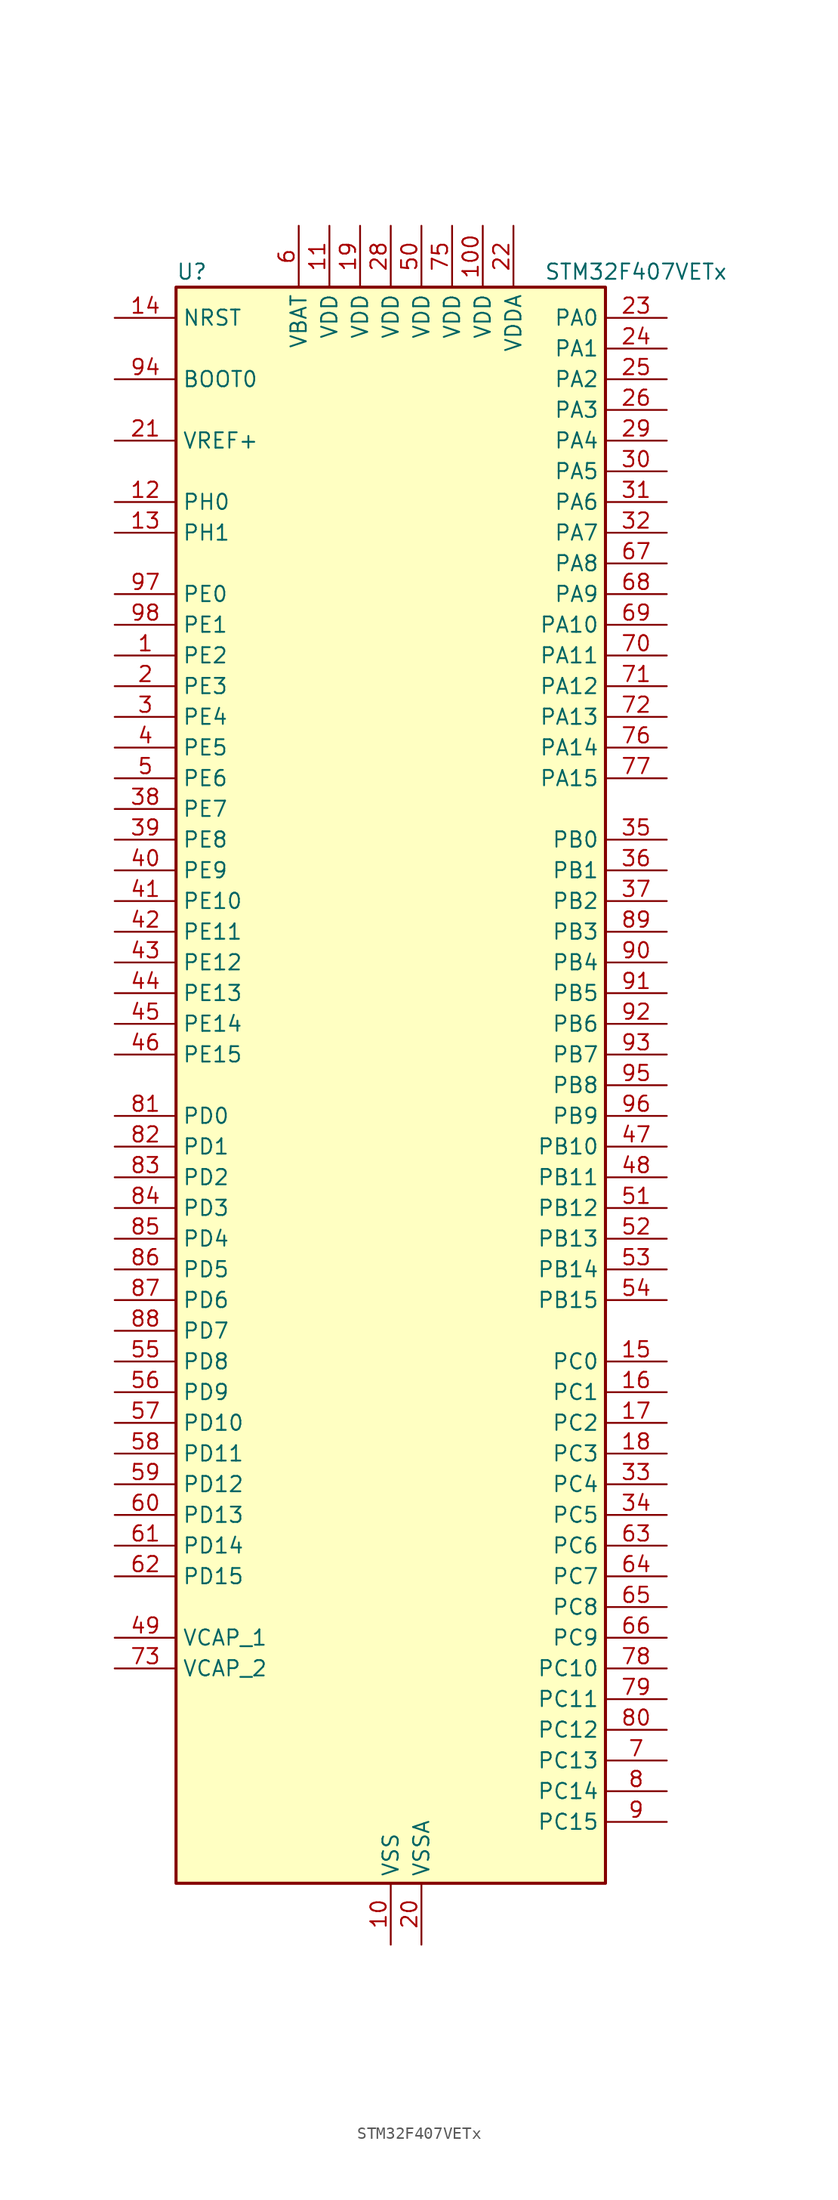
<source format=kicad_sym>
(kicad_symbol_lib
  (version 20231120)
  (generator "kicad_symbol_editor")
  (generator_version "8.0")
  (symbol "STM32F407VETx"
    (property "Reference" "U"
      (at -17.78 67.31 0)
      (effects (font (size 1.27 1.27)) (justify left)))
    (property "Value" "STM32F407VETx"
      (at 12.7 67.31 0)
      (effects (font (size 1.27 1.27)) (justify left)))
    (property "ki_locked" ""
      (at 0 0 0)
      (effects (font (size 1.27 1.27))))
    (symbol "STM32F407VETx_0_1"
      (rectangle (start -17.78 -66.04) (end 17.78 66.04) (stroke (width 0.254) (type default)) (fill (type background))))
    (symbol "STM32F407VETx_1_1"
      (pin bidirectional line (at -22.86 35.56 0) (length 5.08) (name "PE2" (effects (font (size 1.27 1.27)))) (number "1" (effects (font (size 1.27 1.27)))) (alternate "ETH_TXD3" bidirectional line) (alternate "FSMC_A23" bidirectional line) (alternate "SYS_TRACECLK" bidirectional line))
      (pin power_in line (at 0 -71.12 90) (length 5.08) (name "VSS" (effects (font (size 1.27 1.27)))) (number "10" (effects (font (size 1.27 1.27)))))
      (pin power_in line (at 7.62 71.12 270) (length 5.08) (name "VDD" (effects (font (size 1.27 1.27)))) (number "100" (effects (font (size 1.27 1.27)))))
      (pin power_in line (at -5.08 71.12 270) (length 5.08) (name "VDD" (effects (font (size 1.27 1.27)))) (number "11" (effects (font (size 1.27 1.27)))))
      (pin bidirectional line (at -22.86 48.26 0) (length 5.08) (name "PH0" (effects (font (size 1.27 1.27)))) (number "12" (effects (font (size 1.27 1.27)))) (alternate "RCC_OSC_IN" bidirectional line))
      (pin bidirectional line (at -22.86 45.72 0) (length 5.08) (name "PH1" (effects (font (size 1.27 1.27)))) (number "13" (effects (font (size 1.27 1.27)))) (alternate "RCC_OSC_OUT" bidirectional line))
      (pin input line (at -22.86 63.5 0) (length 5.08) (name "NRST" (effects (font (size 1.27 1.27)))) (number "14" (effects (font (size 1.27 1.27)))))
      (pin bidirectional line (at 22.86 -22.86 180) (length 5.08) (name "PC0" (effects (font (size 1.27 1.27)))) (number "15" (effects (font (size 1.27 1.27)))) (alternate "ADC1_IN10" bidirectional line) (alternate "ADC2_IN10" bidirectional line) (alternate "ADC3_IN10" bidirectional line) (alternate "USB_OTG_HS_ULPI_STP" bidirectional line))
      (pin bidirectional line (at 22.86 -25.4 180) (length 5.08) (name "PC1" (effects (font (size 1.27 1.27)))) (number "16" (effects (font (size 1.27 1.27)))) (alternate "ADC1_IN11" bidirectional line) (alternate "ADC2_IN11" bidirectional line) (alternate "ADC3_IN11" bidirectional line) (alternate "ETH_MDC" bidirectional line))
      (pin bidirectional line (at 22.86 -27.94 180) (length 5.08) (name "PC2" (effects (font (size 1.27 1.27)))) (number "17" (effects (font (size 1.27 1.27)))) (alternate "ADC1_IN12" bidirectional line) (alternate "ADC2_IN12" bidirectional line) (alternate "ADC3_IN12" bidirectional line) (alternate "ETH_TXD2" bidirectional line) (alternate "I2S2_ext_SD" bidirectional line) (alternate "SPI2_MISO" bidirectional line) (alternate "USB_OTG_HS_ULPI_DIR" bidirectional line))
      (pin bidirectional line (at 22.86 -30.48 180) (length 5.08) (name "PC3" (effects (font (size 1.27 1.27)))) (number "18" (effects (font (size 1.27 1.27)))) (alternate "ADC1_IN13" bidirectional line) (alternate "ADC2_IN13" bidirectional line) (alternate "ADC3_IN13" bidirectional line) (alternate "ETH_TX_CLK" bidirectional line) (alternate "I2S2_SD" bidirectional line) (alternate "SPI2_MOSI" bidirectional line) (alternate "USB_OTG_HS_ULPI_NXT" bidirectional line))
      (pin power_in line (at -2.54 71.12 270) (length 5.08) (name "VDD" (effects (font (size 1.27 1.27)))) (number "19" (effects (font (size 1.27 1.27)))))
      (pin bidirectional line (at -22.86 33.02 0) (length 5.08) (name "PE3" (effects (font (size 1.27 1.27)))) (number "2" (effects (font (size 1.27 1.27)))) (alternate "FSMC_A19" bidirectional line) (alternate "SYS_TRACED0" bidirectional line))
      (pin power_in line (at 2.54 -71.12 90) (length 5.08) (name "VSSA" (effects (font (size 1.27 1.27)))) (number "20" (effects (font (size 1.27 1.27)))))
      (pin input line (at -22.86 53.34 0) (length 5.08) (name "VREF+" (effects (font (size 1.27 1.27)))) (number "21" (effects (font (size 1.27 1.27)))))
      (pin power_in line (at 10.16 71.12 270) (length 5.08) (name "VDDA" (effects (font (size 1.27 1.27)))) (number "22" (effects (font (size 1.27 1.27)))))
      (pin bidirectional line (at 22.86 63.5 180) (length 5.08) (name "PA0" (effects (font (size 1.27 1.27)))) (number "23" (effects (font (size 1.27 1.27)))) (alternate "ADC1_IN0" bidirectional line) (alternate "ADC2_IN0" bidirectional line) (alternate "ADC3_IN0" bidirectional line) (alternate "ETH_CRS" bidirectional line) (alternate "SYS_WKUP" bidirectional line) (alternate "TIM2_CH1" bidirectional line) (alternate "TIM2_ETR" bidirectional line) (alternate "TIM5_CH1" bidirectional line) (alternate "TIM8_ETR" bidirectional line) (alternate "UART4_TX" bidirectional line) (alternate "USART2_CTS" bidirectional line))
      (pin bidirectional line (at 22.86 60.96 180) (length 5.08) (name "PA1" (effects (font (size 1.27 1.27)))) (number "24" (effects (font (size 1.27 1.27)))) (alternate "ADC1_IN1" bidirectional line) (alternate "ADC2_IN1" bidirectional line) (alternate "ADC3_IN1" bidirectional line) (alternate "ETH_REF_CLK" bidirectional line) (alternate "ETH_RX_CLK" bidirectional line) (alternate "TIM2_CH2" bidirectional line) (alternate "TIM5_CH2" bidirectional line) (alternate "UART4_RX" bidirectional line) (alternate "USART2_RTS" bidirectional line))
      (pin bidirectional line (at 22.86 58.42 180) (length 5.08) (name "PA2" (effects (font (size 1.27 1.27)))) (number "25" (effects (font (size 1.27 1.27)))) (alternate "ADC1_IN2" bidirectional line) (alternate "ADC2_IN2" bidirectional line) (alternate "ADC3_IN2" bidirectional line) (alternate "ETH_MDIO" bidirectional line) (alternate "TIM2_CH3" bidirectional line) (alternate "TIM5_CH3" bidirectional line) (alternate "TIM9_CH1" bidirectional line) (alternate "USART2_TX" bidirectional line))
      (pin bidirectional line (at 22.86 55.88 180) (length 5.08) (name "PA3" (effects (font (size 1.27 1.27)))) (number "26" (effects (font (size 1.27 1.27)))) (alternate "ADC1_IN3" bidirectional line) (alternate "ADC2_IN3" bidirectional line) (alternate "ADC3_IN3" bidirectional line) (alternate "ETH_COL" bidirectional line) (alternate "TIM2_CH4" bidirectional line) (alternate "TIM5_CH4" bidirectional line) (alternate "TIM9_CH2" bidirectional line) (alternate "USART2_RX" bidirectional line) (alternate "USB_OTG_HS_ULPI_D0" bidirectional line))
      (pin passive line (at 0 -71.12 90) (length 5.08) hide (name "VSS" (effects (font (size 1.27 1.27)))) (number "27" (effects (font (size 1.27 1.27)))))
      (pin power_in line (at 0 71.12 270) (length 5.08) (name "VDD" (effects (font (size 1.27 1.27)))) (number "28" (effects (font (size 1.27 1.27)))))
      (pin bidirectional line (at 22.86 53.34 180) (length 5.08) (name "PA4" (effects (font (size 1.27 1.27)))) (number "29" (effects (font (size 1.27 1.27)))) (alternate "ADC1_IN4" bidirectional line) (alternate "ADC2_IN4" bidirectional line) (alternate "DAC_OUT1" bidirectional line) (alternate "DCMI_HSYNC" bidirectional line) (alternate "I2S3_WS" bidirectional line) (alternate "SPI1_NSS" bidirectional line) (alternate "SPI3_NSS" bidirectional line) (alternate "USART2_CK" bidirectional line) (alternate "USB_OTG_HS_SOF" bidirectional line))
      (pin bidirectional line (at -22.86 30.48 0) (length 5.08) (name "PE4" (effects (font (size 1.27 1.27)))) (number "3" (effects (font (size 1.27 1.27)))) (alternate "DCMI_D4" bidirectional line) (alternate "FSMC_A20" bidirectional line) (alternate "SYS_TRACED1" bidirectional line))
      (pin bidirectional line (at 22.86 50.8 180) (length 5.08) (name "PA5" (effects (font (size 1.27 1.27)))) (number "30" (effects (font (size 1.27 1.27)))) (alternate "ADC1_IN5" bidirectional line) (alternate "ADC2_IN5" bidirectional line) (alternate "DAC_OUT2" bidirectional line) (alternate "SPI1_SCK" bidirectional line) (alternate "TIM2_CH1" bidirectional line) (alternate "TIM2_ETR" bidirectional line) (alternate "TIM8_CH1N" bidirectional line) (alternate "USB_OTG_HS_ULPI_CK" bidirectional line))
      (pin bidirectional line (at 22.86 48.26 180) (length 5.08) (name "PA6" (effects (font (size 1.27 1.27)))) (number "31" (effects (font (size 1.27 1.27)))) (alternate "ADC1_IN6" bidirectional line) (alternate "ADC2_IN6" bidirectional line) (alternate "DCMI_PIXCLK" bidirectional line) (alternate "SPI1_MISO" bidirectional line) (alternate "TIM13_CH1" bidirectional line) (alternate "TIM1_BKIN" bidirectional line) (alternate "TIM3_CH1" bidirectional line) (alternate "TIM8_BKIN" bidirectional line))
      (pin bidirectional line (at 22.86 45.72 180) (length 5.08) (name "PA7" (effects (font (size 1.27 1.27)))) (number "32" (effects (font (size 1.27 1.27)))) (alternate "ADC1_IN7" bidirectional line) (alternate "ADC2_IN7" bidirectional line) (alternate "ETH_CRS_DV" bidirectional line) (alternate "ETH_RX_DV" bidirectional line) (alternate "SPI1_MOSI" bidirectional line) (alternate "TIM14_CH1" bidirectional line) (alternate "TIM1_CH1N" bidirectional line) (alternate "TIM3_CH2" bidirectional line) (alternate "TIM8_CH1N" bidirectional line))
      (pin bidirectional line (at 22.86 -33.02 180) (length 5.08) (name "PC4" (effects (font (size 1.27 1.27)))) (number "33" (effects (font (size 1.27 1.27)))) (alternate "ADC1_IN14" bidirectional line) (alternate "ADC2_IN14" bidirectional line) (alternate "ETH_RXD0" bidirectional line))
      (pin bidirectional line (at 22.86 -35.56 180) (length 5.08) (name "PC5" (effects (font (size 1.27 1.27)))) (number "34" (effects (font (size 1.27 1.27)))) (alternate "ADC1_IN15" bidirectional line) (alternate "ADC2_IN15" bidirectional line) (alternate "ETH_RXD1" bidirectional line))
      (pin bidirectional line (at 22.86 20.32 180) (length 5.08) (name "PB0" (effects (font (size 1.27 1.27)))) (number "35" (effects (font (size 1.27 1.27)))) (alternate "ADC1_IN8" bidirectional line) (alternate "ADC2_IN8" bidirectional line) (alternate "ETH_RXD2" bidirectional line) (alternate "TIM1_CH2N" bidirectional line) (alternate "TIM3_CH3" bidirectional line) (alternate "TIM8_CH2N" bidirectional line) (alternate "USB_OTG_HS_ULPI_D1" bidirectional line))
      (pin bidirectional line (at 22.86 17.78 180) (length 5.08) (name "PB1" (effects (font (size 1.27 1.27)))) (number "36" (effects (font (size 1.27 1.27)))) (alternate "ADC1_IN9" bidirectional line) (alternate "ADC2_IN9" bidirectional line) (alternate "ETH_RXD3" bidirectional line) (alternate "TIM1_CH3N" bidirectional line) (alternate "TIM3_CH4" bidirectional line) (alternate "TIM8_CH3N" bidirectional line) (alternate "USB_OTG_HS_ULPI_D2" bidirectional line))
      (pin bidirectional line (at 22.86 15.24 180) (length 5.08) (name "PB2" (effects (font (size 1.27 1.27)))) (number "37" (effects (font (size 1.27 1.27)))))
      (pin bidirectional line (at -22.86 22.86 0) (length 5.08) (name "PE7" (effects (font (size 1.27 1.27)))) (number "38" (effects (font (size 1.27 1.27)))) (alternate "FSMC_D4" bidirectional line) (alternate "FSMC_DA4" bidirectional line) (alternate "TIM1_ETR" bidirectional line))
      (pin bidirectional line (at -22.86 20.32 0) (length 5.08) (name "PE8" (effects (font (size 1.27 1.27)))) (number "39" (effects (font (size 1.27 1.27)))) (alternate "FSMC_D5" bidirectional line) (alternate "FSMC_DA5" bidirectional line) (alternate "TIM1_CH1N" bidirectional line))
      (pin bidirectional line (at -22.86 27.94 0) (length 5.08) (name "PE5" (effects (font (size 1.27 1.27)))) (number "4" (effects (font (size 1.27 1.27)))) (alternate "DCMI_D6" bidirectional line) (alternate "FSMC_A21" bidirectional line) (alternate "SYS_TRACED2" bidirectional line) (alternate "TIM9_CH1" bidirectional line))
      (pin bidirectional line (at -22.86 17.78 0) (length 5.08) (name "PE9" (effects (font (size 1.27 1.27)))) (number "40" (effects (font (size 1.27 1.27)))) (alternate "DAC_EXTI9" bidirectional line) (alternate "FSMC_D6" bidirectional line) (alternate "FSMC_DA6" bidirectional line) (alternate "TIM1_CH1" bidirectional line))
      (pin bidirectional line (at -22.86 15.24 0) (length 5.08) (name "PE10" (effects (font (size 1.27 1.27)))) (number "41" (effects (font (size 1.27 1.27)))) (alternate "FSMC_D7" bidirectional line) (alternate "FSMC_DA7" bidirectional line) (alternate "TIM1_CH2N" bidirectional line))
      (pin bidirectional line (at -22.86 12.7 0) (length 5.08) (name "PE11" (effects (font (size 1.27 1.27)))) (number "42" (effects (font (size 1.27 1.27)))) (alternate "ADC1_EXTI11" bidirectional line) (alternate "ADC2_EXTI11" bidirectional line) (alternate "ADC3_EXTI11" bidirectional line) (alternate "FSMC_D8" bidirectional line) (alternate "FSMC_DA8" bidirectional line) (alternate "TIM1_CH2" bidirectional line))
      (pin bidirectional line (at -22.86 10.16 0) (length 5.08) (name "PE12" (effects (font (size 1.27 1.27)))) (number "43" (effects (font (size 1.27 1.27)))) (alternate "FSMC_D9" bidirectional line) (alternate "FSMC_DA9" bidirectional line) (alternate "TIM1_CH3N" bidirectional line))
      (pin bidirectional line (at -22.86 7.62 0) (length 5.08) (name "PE13" (effects (font (size 1.27 1.27)))) (number "44" (effects (font (size 1.27 1.27)))) (alternate "FSMC_D10" bidirectional line) (alternate "FSMC_DA10" bidirectional line) (alternate "TIM1_CH3" bidirectional line))
      (pin bidirectional line (at -22.86 5.08 0) (length 5.08) (name "PE14" (effects (font (size 1.27 1.27)))) (number "45" (effects (font (size 1.27 1.27)))) (alternate "FSMC_D11" bidirectional line) (alternate "FSMC_DA11" bidirectional line) (alternate "TIM1_CH4" bidirectional line))
      (pin bidirectional line (at -22.86 2.54 0) (length 5.08) (name "PE15" (effects (font (size 1.27 1.27)))) (number "46" (effects (font (size 1.27 1.27)))) (alternate "ADC1_EXTI15" bidirectional line) (alternate "ADC2_EXTI15" bidirectional line) (alternate "ADC3_EXTI15" bidirectional line) (alternate "FSMC_D12" bidirectional line) (alternate "FSMC_DA12" bidirectional line) (alternate "TIM1_BKIN" bidirectional line))
      (pin bidirectional line (at 22.86 -5.08 180) (length 5.08) (name "PB10" (effects (font (size 1.27 1.27)))) (number "47" (effects (font (size 1.27 1.27)))) (alternate "ETH_RX_ER" bidirectional line) (alternate "I2C2_SCL" bidirectional line) (alternate "I2S2_CK" bidirectional line) (alternate "SPI2_SCK" bidirectional line) (alternate "TIM2_CH3" bidirectional line) (alternate "USART3_TX" bidirectional line) (alternate "USB_OTG_HS_ULPI_D3" bidirectional line))
      (pin bidirectional line (at 22.86 -7.62 180) (length 5.08) (name "PB11" (effects (font (size 1.27 1.27)))) (number "48" (effects (font (size 1.27 1.27)))) (alternate "ADC1_EXTI11" bidirectional line) (alternate "ADC2_EXTI11" bidirectional line) (alternate "ADC3_EXTI11" bidirectional line) (alternate "ETH_TX_EN" bidirectional line) (alternate "I2C2_SDA" bidirectional line) (alternate "TIM2_CH4" bidirectional line) (alternate "USART3_RX" bidirectional line) (alternate "USB_OTG_HS_ULPI_D4" bidirectional line))
      (pin power_out line (at -22.86 -45.72 0) (length 5.08) (name "VCAP_1" (effects (font (size 1.27 1.27)))) (number "49" (effects (font (size 1.27 1.27)))))
      (pin bidirectional line (at -22.86 25.4 0) (length 5.08) (name "PE6" (effects (font (size 1.27 1.27)))) (number "5" (effects (font (size 1.27 1.27)))) (alternate "DCMI_D7" bidirectional line) (alternate "FSMC_A22" bidirectional line) (alternate "SYS_TRACED3" bidirectional line) (alternate "TIM9_CH2" bidirectional line))
      (pin power_in line (at 2.54 71.12 270) (length 5.08) (name "VDD" (effects (font (size 1.27 1.27)))) (number "50" (effects (font (size 1.27 1.27)))))
      (pin bidirectional line (at 22.86 -10.16 180) (length 5.08) (name "PB12" (effects (font (size 1.27 1.27)))) (number "51" (effects (font (size 1.27 1.27)))) (alternate "CAN2_RX" bidirectional line) (alternate "ETH_TXD0" bidirectional line) (alternate "I2C2_SMBA" bidirectional line) (alternate "I2S2_WS" bidirectional line) (alternate "SPI2_NSS" bidirectional line) (alternate "TIM1_BKIN" bidirectional line) (alternate "USART3_CK" bidirectional line) (alternate "USB_OTG_HS_ID" bidirectional line) (alternate "USB_OTG_HS_ULPI_D5" bidirectional line))
      (pin bidirectional line (at 22.86 -12.7 180) (length 5.08) (name "PB13" (effects (font (size 1.27 1.27)))) (number "52" (effects (font (size 1.27 1.27)))) (alternate "CAN2_TX" bidirectional line) (alternate "ETH_TXD1" bidirectional line) (alternate "I2S2_CK" bidirectional line) (alternate "SPI2_SCK" bidirectional line) (alternate "TIM1_CH1N" bidirectional line) (alternate "USART3_CTS" bidirectional line) (alternate "USB_OTG_HS_ULPI_D6" bidirectional line) (alternate "USB_OTG_HS_VBUS" bidirectional line))
      (pin bidirectional line (at 22.86 -15.24 180) (length 5.08) (name "PB14" (effects (font (size 1.27 1.27)))) (number "53" (effects (font (size 1.27 1.27)))) (alternate "I2S2_ext_SD" bidirectional line) (alternate "SPI2_MISO" bidirectional line) (alternate "TIM12_CH1" bidirectional line) (alternate "TIM1_CH2N" bidirectional line) (alternate "TIM8_CH2N" bidirectional line) (alternate "USART3_RTS" bidirectional line) (alternate "USB_OTG_HS_DM" bidirectional line))
      (pin bidirectional line (at 22.86 -17.78 180) (length 5.08) (name "PB15" (effects (font (size 1.27 1.27)))) (number "54" (effects (font (size 1.27 1.27)))) (alternate "ADC1_EXTI15" bidirectional line) (alternate "ADC2_EXTI15" bidirectional line) (alternate "ADC3_EXTI15" bidirectional line) (alternate "I2S2_SD" bidirectional line) (alternate "RTC_REFIN" bidirectional line) (alternate "SPI2_MOSI" bidirectional line) (alternate "TIM12_CH2" bidirectional line) (alternate "TIM1_CH3N" bidirectional line) (alternate "TIM8_CH3N" bidirectional line) (alternate "USB_OTG_HS_DP" bidirectional line))
      (pin bidirectional line (at -22.86 -22.86 0) (length 5.08) (name "PD8" (effects (font (size 1.27 1.27)))) (number "55" (effects (font (size 1.27 1.27)))) (alternate "FSMC_D13" bidirectional line) (alternate "FSMC_DA13" bidirectional line) (alternate "USART3_TX" bidirectional line))
      (pin bidirectional line (at -22.86 -25.4 0) (length 5.08) (name "PD9" (effects (font (size 1.27 1.27)))) (number "56" (effects (font (size 1.27 1.27)))) (alternate "DAC_EXTI9" bidirectional line) (alternate "FSMC_D14" bidirectional line) (alternate "FSMC_DA14" bidirectional line) (alternate "USART3_RX" bidirectional line))
      (pin bidirectional line (at -22.86 -27.94 0) (length 5.08) (name "PD10" (effects (font (size 1.27 1.27)))) (number "57" (effects (font (size 1.27 1.27)))) (alternate "FSMC_D15" bidirectional line) (alternate "FSMC_DA15" bidirectional line) (alternate "USART3_CK" bidirectional line))
      (pin bidirectional line (at -22.86 -30.48 0) (length 5.08) (name "PD11" (effects (font (size 1.27 1.27)))) (number "58" (effects (font (size 1.27 1.27)))) (alternate "ADC1_EXTI11" bidirectional line) (alternate "ADC2_EXTI11" bidirectional line) (alternate "ADC3_EXTI11" bidirectional line) (alternate "FSMC_A16" bidirectional line) (alternate "FSMC_CLE" bidirectional line) (alternate "USART3_CTS" bidirectional line))
      (pin bidirectional line (at -22.86 -33.02 0) (length 5.08) (name "PD12" (effects (font (size 1.27 1.27)))) (number "59" (effects (font (size 1.27 1.27)))) (alternate "FSMC_A17" bidirectional line) (alternate "FSMC_ALE" bidirectional line) (alternate "TIM4_CH1" bidirectional line) (alternate "USART3_RTS" bidirectional line))
      (pin power_in line (at -7.62 71.12 270) (length 5.08) (name "VBAT" (effects (font (size 1.27 1.27)))) (number "6" (effects (font (size 1.27 1.27)))))
      (pin bidirectional line (at -22.86 -35.56 0) (length 5.08) (name "PD13" (effects (font (size 1.27 1.27)))) (number "60" (effects (font (size 1.27 1.27)))) (alternate "FSMC_A18" bidirectional line) (alternate "TIM4_CH2" bidirectional line))
      (pin bidirectional line (at -22.86 -38.1 0) (length 5.08) (name "PD14" (effects (font (size 1.27 1.27)))) (number "61" (effects (font (size 1.27 1.27)))) (alternate "FSMC_D0" bidirectional line) (alternate "FSMC_DA0" bidirectional line) (alternate "TIM4_CH3" bidirectional line))
      (pin bidirectional line (at -22.86 -40.64 0) (length 5.08) (name "PD15" (effects (font (size 1.27 1.27)))) (number "62" (effects (font (size 1.27 1.27)))) (alternate "ADC1_EXTI15" bidirectional line) (alternate "ADC2_EXTI15" bidirectional line) (alternate "ADC3_EXTI15" bidirectional line) (alternate "FSMC_D1" bidirectional line) (alternate "FSMC_DA1" bidirectional line) (alternate "TIM4_CH4" bidirectional line))
      (pin bidirectional line (at 22.86 -38.1 180) (length 5.08) (name "PC6" (effects (font (size 1.27 1.27)))) (number "63" (effects (font (size 1.27 1.27)))) (alternate "DCMI_D0" bidirectional line) (alternate "I2S2_MCK" bidirectional line) (alternate "SDIO_D6" bidirectional line) (alternate "TIM3_CH1" bidirectional line) (alternate "TIM8_CH1" bidirectional line) (alternate "USART6_TX" bidirectional line))
      (pin bidirectional line (at 22.86 -40.64 180) (length 5.08) (name "PC7" (effects (font (size 1.27 1.27)))) (number "64" (effects (font (size 1.27 1.27)))) (alternate "DCMI_D1" bidirectional line) (alternate "I2S3_MCK" bidirectional line) (alternate "SDIO_D7" bidirectional line) (alternate "TIM3_CH2" bidirectional line) (alternate "TIM8_CH2" bidirectional line) (alternate "USART6_RX" bidirectional line))
      (pin bidirectional line (at 22.86 -43.18 180) (length 5.08) (name "PC8" (effects (font (size 1.27 1.27)))) (number "65" (effects (font (size 1.27 1.27)))) (alternate "DCMI_D2" bidirectional line) (alternate "SDIO_D0" bidirectional line) (alternate "TIM3_CH3" bidirectional line) (alternate "TIM8_CH3" bidirectional line) (alternate "USART6_CK" bidirectional line))
      (pin bidirectional line (at 22.86 -45.72 180) (length 5.08) (name "PC9" (effects (font (size 1.27 1.27)))) (number "66" (effects (font (size 1.27 1.27)))) (alternate "DAC_EXTI9" bidirectional line) (alternate "DCMI_D3" bidirectional line) (alternate "I2C3_SDA" bidirectional line) (alternate "I2S_CKIN" bidirectional line) (alternate "RCC_MCO_2" bidirectional line) (alternate "SDIO_D1" bidirectional line) (alternate "TIM3_CH4" bidirectional line) (alternate "TIM8_CH4" bidirectional line))
      (pin bidirectional line (at 22.86 43.18 180) (length 5.08) (name "PA8" (effects (font (size 1.27 1.27)))) (number "67" (effects (font (size 1.27 1.27)))) (alternate "I2C3_SCL" bidirectional line) (alternate "RCC_MCO_1" bidirectional line) (alternate "TIM1_CH1" bidirectional line) (alternate "USART1_CK" bidirectional line) (alternate "USB_OTG_FS_SOF" bidirectional line))
      (pin bidirectional line (at 22.86 40.64 180) (length 5.08) (name "PA9" (effects (font (size 1.27 1.27)))) (number "68" (effects (font (size 1.27 1.27)))) (alternate "DAC_EXTI9" bidirectional line) (alternate "DCMI_D0" bidirectional line) (alternate "I2C3_SMBA" bidirectional line) (alternate "TIM1_CH2" bidirectional line) (alternate "USART1_TX" bidirectional line) (alternate "USB_OTG_FS_VBUS" bidirectional line))
      (pin bidirectional line (at 22.86 38.1 180) (length 5.08) (name "PA10" (effects (font (size 1.27 1.27)))) (number "69" (effects (font (size 1.27 1.27)))) (alternate "DCMI_D1" bidirectional line) (alternate "TIM1_CH3" bidirectional line) (alternate "USART1_RX" bidirectional line) (alternate "USB_OTG_FS_ID" bidirectional line))
      (pin bidirectional line (at 22.86 -55.88 180) (length 5.08) (name "PC13" (effects (font (size 1.27 1.27)))) (number "7" (effects (font (size 1.27 1.27)))) (alternate "RTC_AF1" bidirectional line))
      (pin bidirectional line (at 22.86 35.56 180) (length 5.08) (name "PA11" (effects (font (size 1.27 1.27)))) (number "70" (effects (font (size 1.27 1.27)))) (alternate "ADC1_EXTI11" bidirectional line) (alternate "ADC2_EXTI11" bidirectional line) (alternate "ADC3_EXTI11" bidirectional line) (alternate "CAN1_RX" bidirectional line) (alternate "TIM1_CH4" bidirectional line) (alternate "USART1_CTS" bidirectional line) (alternate "USB_OTG_FS_DM" bidirectional line))
      (pin bidirectional line (at 22.86 33.02 180) (length 5.08) (name "PA12" (effects (font (size 1.27 1.27)))) (number "71" (effects (font (size 1.27 1.27)))) (alternate "CAN1_TX" bidirectional line) (alternate "TIM1_ETR" bidirectional line) (alternate "USART1_RTS" bidirectional line) (alternate "USB_OTG_FS_DP" bidirectional line))
      (pin bidirectional line (at 22.86 30.48 180) (length 5.08) (name "PA13" (effects (font (size 1.27 1.27)))) (number "72" (effects (font (size 1.27 1.27)))) (alternate "SYS_JTMS-SWDIO" bidirectional line))
      (pin power_out line (at -22.86 -48.26 0) (length 5.08) (name "VCAP_2" (effects (font (size 1.27 1.27)))) (number "73" (effects (font (size 1.27 1.27)))))
      (pin passive line (at 0 -71.12 90) (length 5.08) hide (name "VSS" (effects (font (size 1.27 1.27)))) (number "74" (effects (font (size 1.27 1.27)))))
      (pin power_in line (at 5.08 71.12 270) (length 5.08) (name "VDD" (effects (font (size 1.27 1.27)))) (number "75" (effects (font (size 1.27 1.27)))))
      (pin bidirectional line (at 22.86 27.94 180) (length 5.08) (name "PA14" (effects (font (size 1.27 1.27)))) (number "76" (effects (font (size 1.27 1.27)))) (alternate "SYS_JTCK-SWCLK" bidirectional line))
      (pin bidirectional line (at 22.86 25.4 180) (length 5.08) (name "PA15" (effects (font (size 1.27 1.27)))) (number "77" (effects (font (size 1.27 1.27)))) (alternate "ADC1_EXTI15" bidirectional line) (alternate "ADC2_EXTI15" bidirectional line) (alternate "ADC3_EXTI15" bidirectional line) (alternate "I2S3_WS" bidirectional line) (alternate "SPI1_NSS" bidirectional line) (alternate "SPI3_NSS" bidirectional line) (alternate "SYS_JTDI" bidirectional line) (alternate "TIM2_CH1" bidirectional line) (alternate "TIM2_ETR" bidirectional line))
      (pin bidirectional line (at 22.86 -48.26 180) (length 5.08) (name "PC10" (effects (font (size 1.27 1.27)))) (number "78" (effects (font (size 1.27 1.27)))) (alternate "DCMI_D8" bidirectional line) (alternate "I2S3_CK" bidirectional line) (alternate "SDIO_D2" bidirectional line) (alternate "SPI3_SCK" bidirectional line) (alternate "UART4_TX" bidirectional line) (alternate "USART3_TX" bidirectional line))
      (pin bidirectional line (at 22.86 -50.8 180) (length 5.08) (name "PC11" (effects (font (size 1.27 1.27)))) (number "79" (effects (font (size 1.27 1.27)))) (alternate "ADC1_EXTI11" bidirectional line) (alternate "ADC2_EXTI11" bidirectional line) (alternate "ADC3_EXTI11" bidirectional line) (alternate "DCMI_D4" bidirectional line) (alternate "I2S3_ext_SD" bidirectional line) (alternate "SDIO_D3" bidirectional line) (alternate "SPI3_MISO" bidirectional line) (alternate "UART4_RX" bidirectional line) (alternate "USART3_RX" bidirectional line))
      (pin bidirectional line (at 22.86 -58.42 180) (length 5.08) (name "PC14" (effects (font (size 1.27 1.27)))) (number "8" (effects (font (size 1.27 1.27)))) (alternate "RCC_OSC32_IN" bidirectional line))
      (pin bidirectional line (at 22.86 -53.34 180) (length 5.08) (name "PC12" (effects (font (size 1.27 1.27)))) (number "80" (effects (font (size 1.27 1.27)))) (alternate "DCMI_D9" bidirectional line) (alternate "I2S3_SD" bidirectional line) (alternate "SDIO_CK" bidirectional line) (alternate "SPI3_MOSI" bidirectional line) (alternate "UART5_TX" bidirectional line) (alternate "USART3_CK" bidirectional line))
      (pin bidirectional line (at -22.86 -2.54 0) (length 5.08) (name "PD0" (effects (font (size 1.27 1.27)))) (number "81" (effects (font (size 1.27 1.27)))) (alternate "CAN1_RX" bidirectional line) (alternate "FSMC_D2" bidirectional line) (alternate "FSMC_DA2" bidirectional line))
      (pin bidirectional line (at -22.86 -5.08 0) (length 5.08) (name "PD1" (effects (font (size 1.27 1.27)))) (number "82" (effects (font (size 1.27 1.27)))) (alternate "CAN1_TX" bidirectional line) (alternate "FSMC_D3" bidirectional line) (alternate "FSMC_DA3" bidirectional line))
      (pin bidirectional line (at -22.86 -7.62 0) (length 5.08) (name "PD2" (effects (font (size 1.27 1.27)))) (number "83" (effects (font (size 1.27 1.27)))) (alternate "DCMI_D11" bidirectional line) (alternate "SDIO_CMD" bidirectional line) (alternate "TIM3_ETR" bidirectional line) (alternate "UART5_RX" bidirectional line))
      (pin bidirectional line (at -22.86 -10.16 0) (length 5.08) (name "PD3" (effects (font (size 1.27 1.27)))) (number "84" (effects (font (size 1.27 1.27)))) (alternate "FSMC_CLK" bidirectional line) (alternate "USART2_CTS" bidirectional line))
      (pin bidirectional line (at -22.86 -12.7 0) (length 5.08) (name "PD4" (effects (font (size 1.27 1.27)))) (number "85" (effects (font (size 1.27 1.27)))) (alternate "FSMC_NOE" bidirectional line) (alternate "USART2_RTS" bidirectional line))
      (pin bidirectional line (at -22.86 -15.24 0) (length 5.08) (name "PD5" (effects (font (size 1.27 1.27)))) (number "86" (effects (font (size 1.27 1.27)))) (alternate "FSMC_NWE" bidirectional line) (alternate "USART2_TX" bidirectional line))
      (pin bidirectional line (at -22.86 -17.78 0) (length 5.08) (name "PD6" (effects (font (size 1.27 1.27)))) (number "87" (effects (font (size 1.27 1.27)))) (alternate "FSMC_NWAIT" bidirectional line) (alternate "USART2_RX" bidirectional line))
      (pin bidirectional line (at -22.86 -20.32 0) (length 5.08) (name "PD7" (effects (font (size 1.27 1.27)))) (number "88" (effects (font (size 1.27 1.27)))) (alternate "FSMC_NCE2" bidirectional line) (alternate "FSMC_NE1" bidirectional line) (alternate "USART2_CK" bidirectional line))
      (pin bidirectional line (at 22.86 12.7 180) (length 5.08) (name "PB3" (effects (font (size 1.27 1.27)))) (number "89" (effects (font (size 1.27 1.27)))) (alternate "I2S3_CK" bidirectional line) (alternate "SPI1_SCK" bidirectional line) (alternate "SPI3_SCK" bidirectional line) (alternate "SYS_JTDO-SWO" bidirectional line) (alternate "TIM2_CH2" bidirectional line))
      (pin bidirectional line (at 22.86 -60.96 180) (length 5.08) (name "PC15" (effects (font (size 1.27 1.27)))) (number "9" (effects (font (size 1.27 1.27)))) (alternate "ADC1_EXTI15" bidirectional line) (alternate "ADC2_EXTI15" bidirectional line) (alternate "ADC3_EXTI15" bidirectional line) (alternate "RCC_OSC32_OUT" bidirectional line))
      (pin bidirectional line (at 22.86 10.16 180) (length 5.08) (name "PB4" (effects (font (size 1.27 1.27)))) (number "90" (effects (font (size 1.27 1.27)))) (alternate "I2S3_ext_SD" bidirectional line) (alternate "SPI1_MISO" bidirectional line) (alternate "SPI3_MISO" bidirectional line) (alternate "SYS_JTRST" bidirectional line) (alternate "TIM3_CH1" bidirectional line))
      (pin bidirectional line (at 22.86 7.62 180) (length 5.08) (name "PB5" (effects (font (size 1.27 1.27)))) (number "91" (effects (font (size 1.27 1.27)))) (alternate "CAN2_RX" bidirectional line) (alternate "DCMI_D10" bidirectional line) (alternate "ETH_PPS_OUT" bidirectional line) (alternate "I2C1_SMBA" bidirectional line) (alternate "I2S3_SD" bidirectional line) (alternate "SPI1_MOSI" bidirectional line) (alternate "SPI3_MOSI" bidirectional line) (alternate "TIM3_CH2" bidirectional line) (alternate "USB_OTG_HS_ULPI_D7" bidirectional line))
      (pin bidirectional line (at 22.86 5.08 180) (length 5.08) (name "PB6" (effects (font (size 1.27 1.27)))) (number "92" (effects (font (size 1.27 1.27)))) (alternate "CAN2_TX" bidirectional line) (alternate "DCMI_D5" bidirectional line) (alternate "I2C1_SCL" bidirectional line) (alternate "TIM4_CH1" bidirectional line) (alternate "USART1_TX" bidirectional line))
      (pin bidirectional line (at 22.86 2.54 180) (length 5.08) (name "PB7" (effects (font (size 1.27 1.27)))) (number "93" (effects (font (size 1.27 1.27)))) (alternate "DCMI_VSYNC" bidirectional line) (alternate "FSMC_NL" bidirectional line) (alternate "I2C1_SDA" bidirectional line) (alternate "TIM4_CH2" bidirectional line) (alternate "USART1_RX" bidirectional line))
      (pin input line (at -22.86 58.42 0) (length 5.08) (name "BOOT0" (effects (font (size 1.27 1.27)))) (number "94" (effects (font (size 1.27 1.27)))))
      (pin bidirectional line (at 22.86 0 180) (length 5.08) (name "PB8" (effects (font (size 1.27 1.27)))) (number "95" (effects (font (size 1.27 1.27)))) (alternate "CAN1_RX" bidirectional line) (alternate "DCMI_D6" bidirectional line) (alternate "ETH_TXD3" bidirectional line) (alternate "I2C1_SCL" bidirectional line) (alternate "SDIO_D4" bidirectional line) (alternate "TIM10_CH1" bidirectional line) (alternate "TIM4_CH3" bidirectional line))
      (pin bidirectional line (at 22.86 -2.54 180) (length 5.08) (name "PB9" (effects (font (size 1.27 1.27)))) (number "96" (effects (font (size 1.27 1.27)))) (alternate "CAN1_TX" bidirectional line) (alternate "DAC_EXTI9" bidirectional line) (alternate "DCMI_D7" bidirectional line) (alternate "I2C1_SDA" bidirectional line) (alternate "I2S2_WS" bidirectional line) (alternate "SDIO_D5" bidirectional line) (alternate "SPI2_NSS" bidirectional line) (alternate "TIM11_CH1" bidirectional line) (alternate "TIM4_CH4" bidirectional line))
      (pin bidirectional line (at -22.86 40.64 0) (length 5.08) (name "PE0" (effects (font (size 1.27 1.27)))) (number "97" (effects (font (size 1.27 1.27)))) (alternate "DCMI_D2" bidirectional line) (alternate "FSMC_NBL0" bidirectional line) (alternate "TIM4_ETR" bidirectional line))
      (pin bidirectional line (at -22.86 38.1 0) (length 5.08) (name "PE1" (effects (font (size 1.27 1.27)))) (number "98" (effects (font (size 1.27 1.27)))) (alternate "DCMI_D3" bidirectional line) (alternate "FSMC_NBL1" bidirectional line))
      (pin passive line (at 0 -71.12 90) (length 5.08) hide (name "VSS" (effects (font (size 1.27 1.27)))) (number "99" (effects (font (size 1.27 1.27))))))))
</source>
